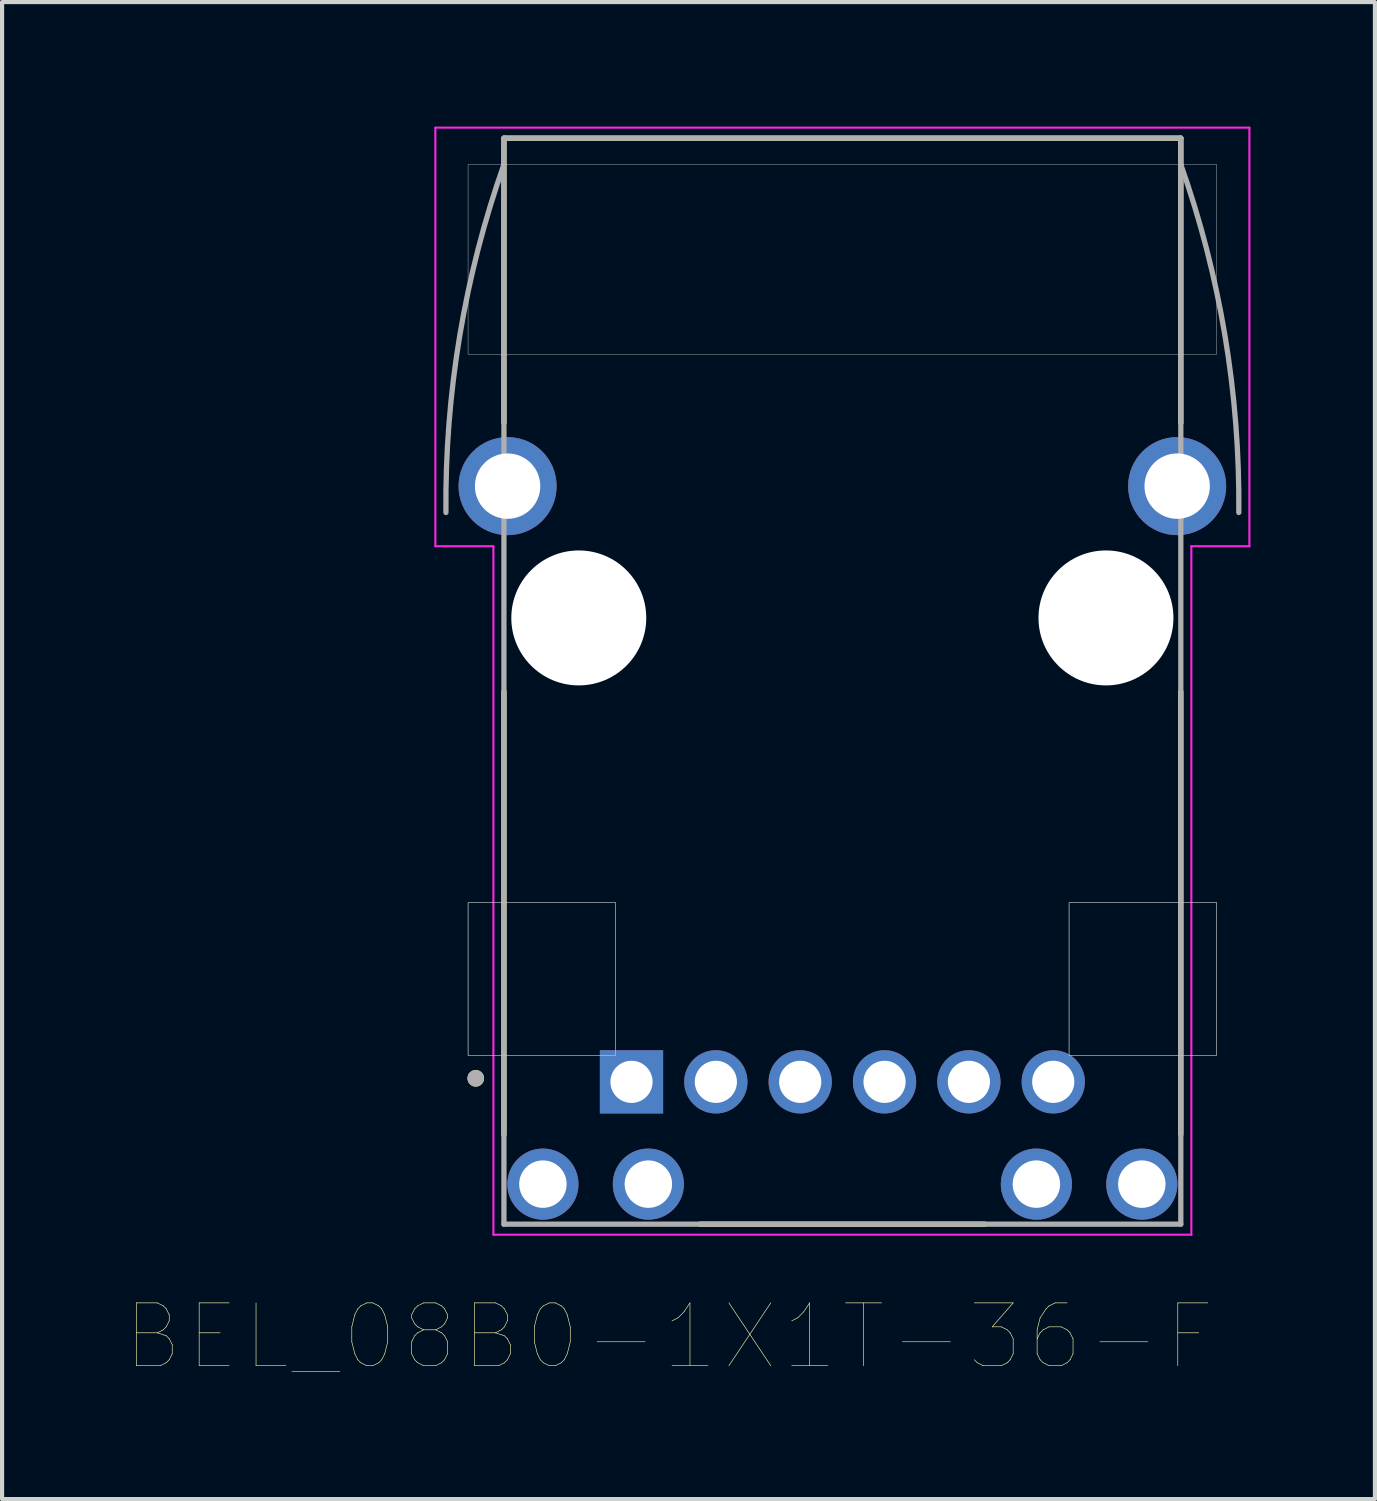
<source format=kicad_pcb>
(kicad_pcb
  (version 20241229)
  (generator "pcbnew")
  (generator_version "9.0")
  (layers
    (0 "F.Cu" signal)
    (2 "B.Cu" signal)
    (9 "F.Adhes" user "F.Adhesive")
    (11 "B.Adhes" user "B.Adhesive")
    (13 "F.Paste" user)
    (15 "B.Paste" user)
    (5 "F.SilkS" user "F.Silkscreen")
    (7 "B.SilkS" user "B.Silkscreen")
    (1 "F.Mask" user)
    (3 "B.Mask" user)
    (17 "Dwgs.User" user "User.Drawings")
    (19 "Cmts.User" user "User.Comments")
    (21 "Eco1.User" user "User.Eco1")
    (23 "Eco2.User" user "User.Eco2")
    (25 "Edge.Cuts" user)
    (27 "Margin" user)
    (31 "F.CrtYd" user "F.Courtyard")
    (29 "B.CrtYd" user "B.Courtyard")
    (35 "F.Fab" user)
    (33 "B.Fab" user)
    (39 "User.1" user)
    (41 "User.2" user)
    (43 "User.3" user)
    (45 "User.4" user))
  (footprint "BEL_08B0-1X1T-36-F"
    (layer "F.Cu")
    (at 17.243 11.836)
    (property "Reference" "BEL_08B0-1X1T-36-F" (at -4.176 17.315 0) (layer "F.SilkS") (effects (font (size 1.514 1.514) (thickness 0.015))))
    (attr through_hole)
    (fp_line (start -8.153 -4.699) (end -8.153 -11.557) (stroke (width 0.127) (type solid)) (layer "F.SilkS"))
    (fp_line (start -8.153 12.446) (end -8.153 1.778) (stroke (width 0.127) (type solid)) (layer "F.SilkS"))
    (fp_line (start -3.429 14.605) (end 3.429 14.605) (stroke (width 0.127) (type solid)) (layer "F.SilkS"))
    (fp_line (start 8.153 -11.557) (end -8.153 -11.557) (stroke (width 0.127) (type solid)) (layer "F.SilkS"))
    (fp_line (start 8.153 -4.699) (end 8.153 -11.557) (stroke (width 0.127) (type solid)) (layer "F.SilkS"))
    (fp_line (start 8.153 12.446) (end 8.153 1.778) (stroke (width 0.127) (type solid)) (layer "F.SilkS"))
    (fp_circle (center -8.832 11.091) (end -8.732 11.091) (stroke (width 0.2) (type solid)) (fill no) (layer "F.SilkS"))
    (fp_poly (pts (xy -9.017 -10.922) (xy 9.017 -10.922) (xy 9.017 -6.35) (xy -9.017 -6.35)) (stroke (width 0.01) (type solid)) (fill no) (layer "Dwgs.User"))
    (fp_poly (pts (xy -9.017 6.858) (xy -5.461 6.858) (xy -5.461 10.541) (xy -9.017 10.541)) (stroke (width 0.01) (type solid)) (fill no) (layer "Dwgs.User"))
    (fp_poly (pts (xy -9.017 6.858) (xy -5.461 6.858) (xy -5.461 10.541) (xy -9.017 10.541)) (stroke (width 0.01) (type solid)) (fill no) (layer "Dwgs.User"))
    (fp_poly (pts (xy 5.461 6.858) (xy 9.017 6.858) (xy 9.017 10.541) (xy 5.461 10.541)) (stroke (width 0.01) (type solid)) (fill no) (layer "Dwgs.User"))
    (fp_poly (pts (xy 5.461 6.858) (xy 9.017 6.858) (xy 9.017 10.541) (xy 5.461 10.541)) (stroke (width 0.01) (type solid)) (fill no) (layer "Dwgs.User"))
    (fp_line (start -9.805 -11.811) (end -9.805 -1.727) (stroke (width 0.05) (type solid)) (layer "F.CrtYd"))
    (fp_line (start -9.805 -1.727) (end -8.407 -1.727) (stroke (width 0.05) (type solid)) (layer "F.CrtYd"))
    (fp_line (start -8.407 -1.727) (end -8.407 14.859) (stroke (width 0.05) (type solid)) (layer "F.CrtYd"))
    (fp_line (start -8.407 14.859) (end 8.407 14.859) (stroke (width 0.05) (type solid)) (layer "F.CrtYd"))
    (fp_line (start 8.407 14.859) (end 8.407 -1.727) (stroke (width 0.05) (type solid)) (layer "F.CrtYd"))
    (fp_line (start 9.805 -11.811) (end -9.805 -11.811) (stroke (width 0.05) (type solid)) (layer "F.CrtYd"))
    (fp_line (start 9.805 -11.811) (end 9.805 -1.727) (stroke (width 0.05) (type solid)) (layer "F.CrtYd"))
    (fp_line (start 9.805 -1.727) (end 8.407 -1.727) (stroke (width 0.05) (type solid)) (layer "F.CrtYd"))
    (fp_line (start -8.153 -11.557) (end -8.153 14.605) (stroke (width 0.127) (type solid)) (layer "F.Fab"))
    (fp_line (start -8.153 14.605) (end 8.153 14.605) (stroke (width 0.127) (type solid)) (layer "F.Fab"))
    (fp_line (start 8.153 -11.557) (end -8.153 -11.557) (stroke (width 0.127) (type solid)) (layer "F.Fab"))
    (fp_line (start 8.153 14.605) (end 8.153 -11.557) (stroke (width 0.127) (type solid)) (layer "F.Fab"))
    (fp_arc (start -9.5504 -2.54) (mid -9.218565 -6.792111) (end -8.1534 -10.922) (stroke (width 0.127) (type solid)) (layer "F.Fab"))
    (fp_arc (start 8.1534 -10.922) (mid 9.218565 -6.792111) (end 9.5504 -2.54) (stroke (width 0.127) (type solid)) (layer "F.Fab"))
    (fp_circle (center -8.832 11.091) (end -8.732 11.091) (stroke (width 0.2) (type solid)) (fill no) (layer "F.Fab"))
    (pad "" np_thru_hole circle (at -6.35 0) (size 3.251 3.251) (drill 3.251) (layers "*.Cu" "*.Mask"))
    (pad "" np_thru_hole circle (at 6.35 0) (size 3.251 3.251) (drill 3.251) (layers "*.Cu" "*.Mask"))
    (pad "1" thru_hole rect (at -5.08 11.176) (size 1.524 1.524) (drill 1.016) (layers "*.Cu" "*.Mask"))
    (pad "2" thru_hole circle (at -3.048 11.176) (size 1.524 1.524) (drill 1.016) (layers "*.Cu" "*.Mask"))
    (pad "3" thru_hole circle (at -1.016 11.176) (size 1.524 1.524) (drill 1.016) (layers "*.Cu" "*.Mask"))
    (pad "4" thru_hole circle (at 1.016 11.176) (size 1.524 1.524) (drill 1.016) (layers "*.Cu" "*.Mask"))
    (pad "5" thru_hole circle (at 3.048 11.176) (size 1.524 1.524) (drill 1.016) (layers "*.Cu" "*.Mask"))
    (pad "6" thru_hole circle (at 5.08 11.176) (size 1.524 1.524) (drill 1.016) (layers "*.Cu" "*.Mask"))
    (pad "7" thru_hole circle (at -7.214 13.64) (size 1.714 1.714) (drill 1.143) (layers "*.Cu" "*.Mask"))
    (pad "8" thru_hole circle (at -4.674 13.64) (size 1.714 1.714) (drill 1.143) (layers "*.Cu" "*.Mask"))
    (pad "9" thru_hole circle (at 4.674 13.64) (size 1.714 1.714) (drill 1.143) (layers "*.Cu" "*.Mask"))
    (pad "10" thru_hole circle (at 7.214 13.64) (size 1.714 1.714) (drill 1.143) (layers "*.Cu" "*.Mask"))
    (pad "S1" thru_hole circle (at -8.065 -3.175) (size 2.362 2.362) (drill 1.575) (layers "*.Cu" "*.Mask"))
    (pad "S2" thru_hole circle (at 8.065 -3.175) (size 2.362 2.362) (drill 1.575) (layers "*.Cu" "*.Mask")))
  (gr_rect
    (start -3 -3)
    (end 30.073 33.064)
    (stroke (width 0.1) (type default))
    (fill no)
    (layer "Edge.Cuts")))
</source>
